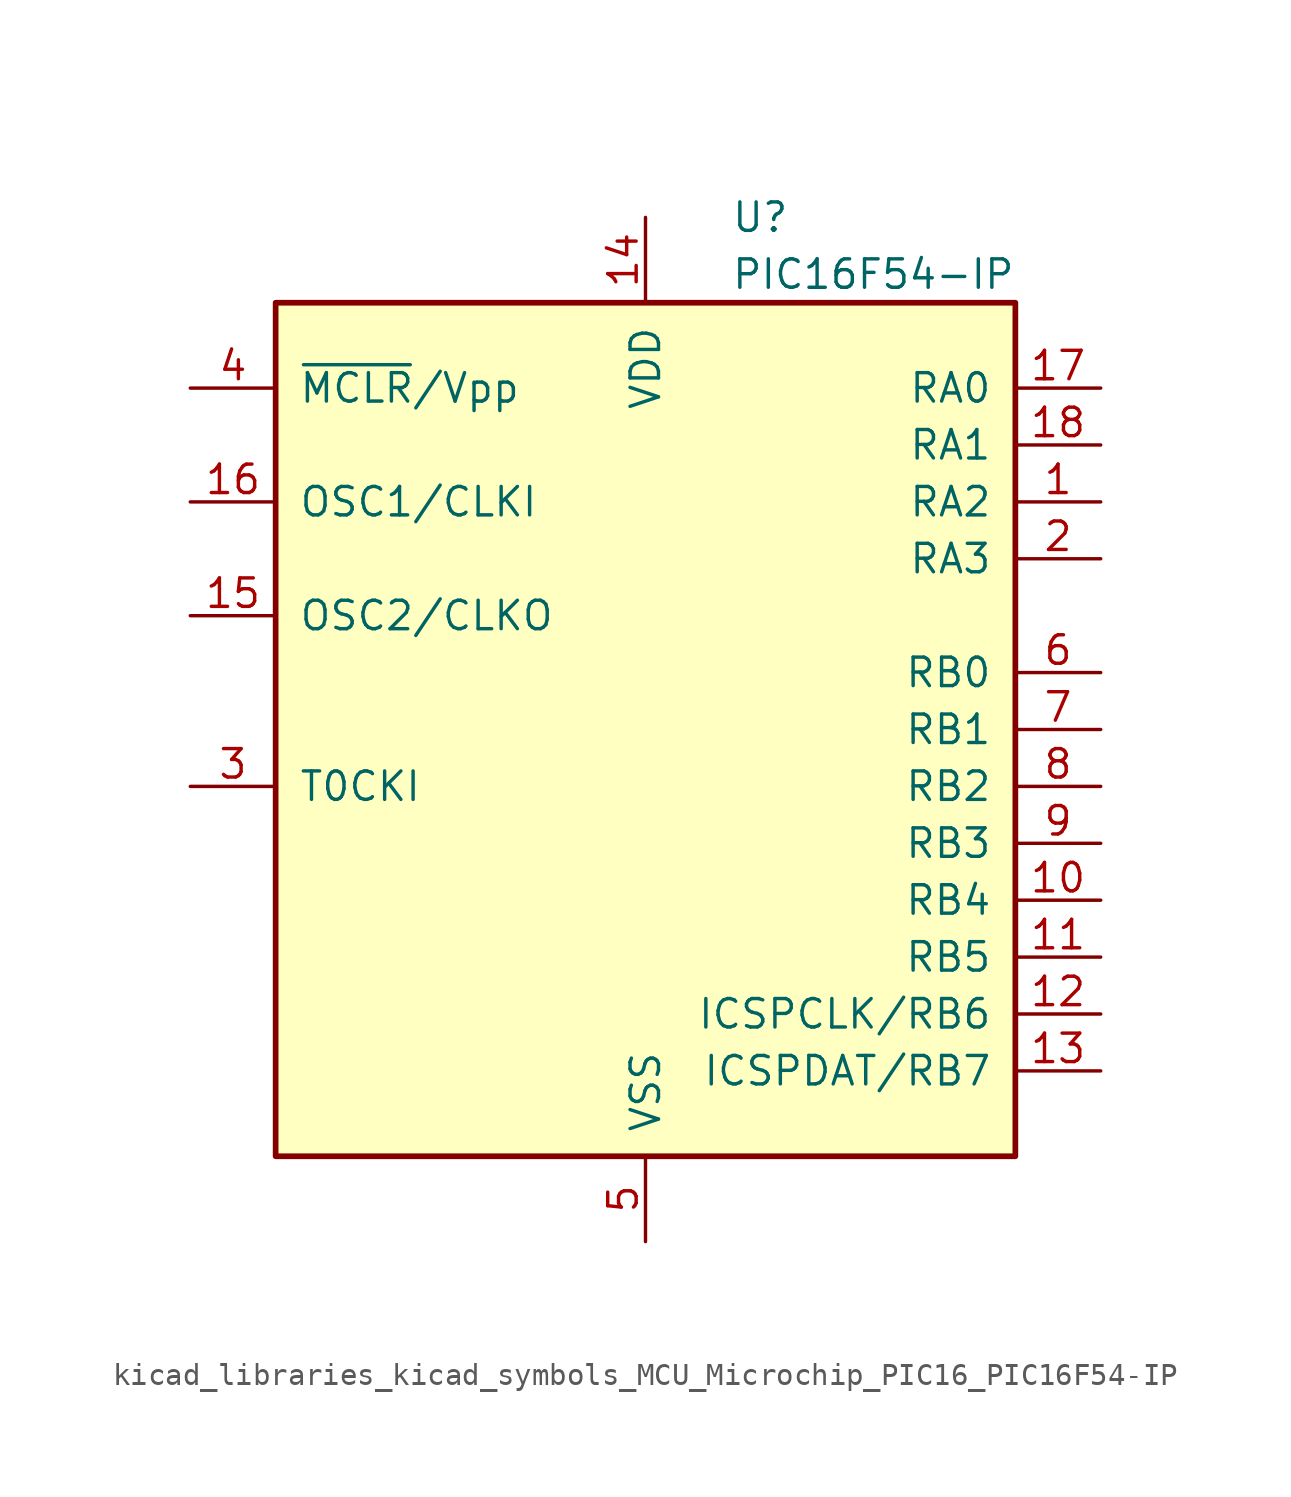
<source format=kicad_sym>
(kicad_symbol_lib
  (version 20220914)
  (generator kicad_symbol_editor)
  (symbol "kicad_libraries_kicad_symbols_MCU_Microchip_PIC16_PIC16F54-IP"
    (pin_names
      (offset 1.016))
    (property "Reference" "U"
      (at 3.81 22.86 0)
      (effects (font (size 1.27 1.27)) (justify left)))
    (property "Value" "PIC16F54-IP"
      (at 3.81 20.32 0)
      (effects (font (size 1.27 1.27)) (justify left)))
    (symbol "kicad_libraries_kicad_symbols_MCU_Microchip_PIC16_PIC16F54-IP_0_1"
      (rectangle (start -16.51 19.05) (end 16.51 -19.05) (stroke (width 0.254) (type default)) (fill (type background))))
    (symbol "kicad_libraries_kicad_symbols_MCU_Microchip_PIC16_PIC16F54-IP_1_1"
      (pin bidirectional line (at 20.32 10.16 180) (length 3.81) (name "RA2" (effects (font (size 1.27 1.27)))) (number "1" (effects (font (size 1.27 1.27)))))
      (pin bidirectional line (at 20.32 -7.62 180) (length 3.81) (name "RB4" (effects (font (size 1.27 1.27)))) (number "10" (effects (font (size 1.27 1.27)))))
      (pin bidirectional line (at 20.32 -10.16 180) (length 3.81) (name "RB5" (effects (font (size 1.27 1.27)))) (number "11" (effects (font (size 1.27 1.27)))))
      (pin bidirectional line (at 20.32 -12.7 180) (length 3.81) (name "ICSPCLK/RB6" (effects (font (size 1.27 1.27)))) (number "12" (effects (font (size 1.27 1.27)))))
      (pin bidirectional line (at 20.32 -15.24 180) (length 3.81) (name "ICSPDAT/RB7" (effects (font (size 1.27 1.27)))) (number "13" (effects (font (size 1.27 1.27)))))
      (pin power_in line (at 0 22.86 270) (length 3.81) (name "VDD" (effects (font (size 1.27 1.27)))) (number "14" (effects (font (size 1.27 1.27)))))
      (pin output line (at -20.32 5.08 0) (length 3.81) (name "OSC2/CLKO" (effects (font (size 1.27 1.27)))) (number "15" (effects (font (size 1.27 1.27)))))
      (pin input line (at -20.32 10.16 0) (length 3.81) (name "OSC1/CLKI" (effects (font (size 1.27 1.27)))) (number "16" (effects (font (size 1.27 1.27)))))
      (pin bidirectional line (at 20.32 15.24 180) (length 3.81) (name "RA0" (effects (font (size 1.27 1.27)))) (number "17" (effects (font (size 1.27 1.27)))))
      (pin bidirectional line (at 20.32 12.7 180) (length 3.81) (name "RA1" (effects (font (size 1.27 1.27)))) (number "18" (effects (font (size 1.27 1.27)))))
      (pin bidirectional line (at 20.32 7.62 180) (length 3.81) (name "RA3" (effects (font (size 1.27 1.27)))) (number "2" (effects (font (size 1.27 1.27)))))
      (pin input line (at -20.32 -2.54 0) (length 3.81) (name "T0CKI" (effects (font (size 1.27 1.27)))) (number "3" (effects (font (size 1.27 1.27)))))
      (pin input line (at -20.32 15.24 0) (length 3.81) (name "~{MCLR}/Vpp" (effects (font (size 1.27 1.27)))) (number "4" (effects (font (size 1.27 1.27)))))
      (pin power_in line (at 0 -22.86 90) (length 3.81) (name "VSS" (effects (font (size 1.27 1.27)))) (number "5" (effects (font (size 1.27 1.27)))))
      (pin bidirectional line (at 20.32 2.54 180) (length 3.81) (name "RB0" (effects (font (size 1.27 1.27)))) (number "6" (effects (font (size 1.27 1.27)))))
      (pin bidirectional line (at 20.32 0 180) (length 3.81) (name "RB1" (effects (font (size 1.27 1.27)))) (number "7" (effects (font (size 1.27 1.27)))))
      (pin bidirectional line (at 20.32 -2.54 180) (length 3.81) (name "RB2" (effects (font (size 1.27 1.27)))) (number "8" (effects (font (size 1.27 1.27)))))
      (pin bidirectional line (at 20.32 -5.08 180) (length 3.81) (name "RB3" (effects (font (size 1.27 1.27)))) (number "9" (effects (font (size 1.27 1.27))))))))
</source>
